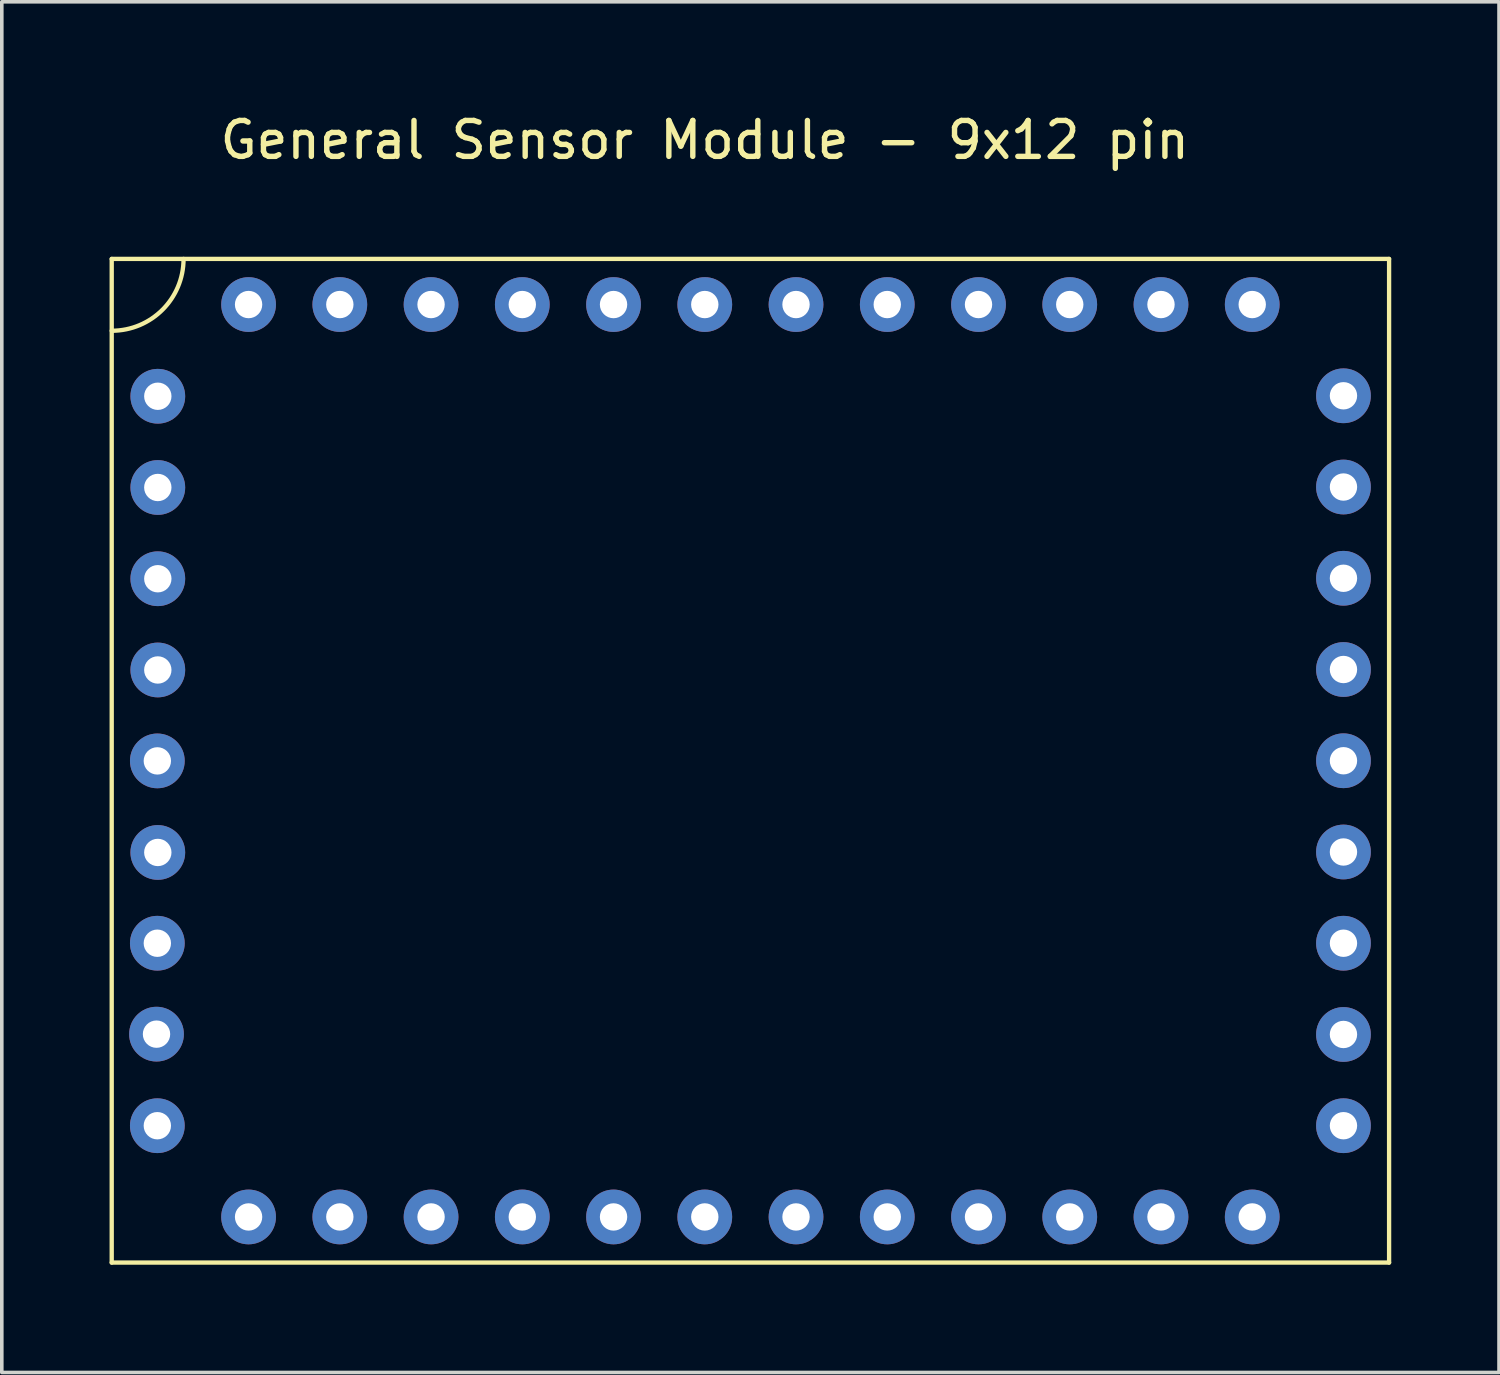
<source format=kicad_pcb>
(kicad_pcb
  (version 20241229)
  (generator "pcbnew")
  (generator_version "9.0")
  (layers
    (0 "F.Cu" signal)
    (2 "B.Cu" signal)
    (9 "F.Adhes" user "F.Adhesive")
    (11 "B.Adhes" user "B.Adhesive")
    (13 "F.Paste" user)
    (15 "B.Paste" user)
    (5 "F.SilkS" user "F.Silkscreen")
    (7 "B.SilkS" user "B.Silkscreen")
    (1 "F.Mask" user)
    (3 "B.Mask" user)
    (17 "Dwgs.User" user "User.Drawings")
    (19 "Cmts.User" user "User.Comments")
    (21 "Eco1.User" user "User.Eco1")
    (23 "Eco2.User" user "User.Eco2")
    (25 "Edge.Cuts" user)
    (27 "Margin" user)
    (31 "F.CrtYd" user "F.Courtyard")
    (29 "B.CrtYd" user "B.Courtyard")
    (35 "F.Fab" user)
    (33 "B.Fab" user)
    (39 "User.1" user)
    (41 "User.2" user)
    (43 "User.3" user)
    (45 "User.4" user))
  (footprint "General Sensor Module - 9x12 pin"
    (layer "F.Cu")
    (at 16.57 18.128)
    (property "Reference" "General Sensor Module - 9x12 pin" (at 0 -17.28 0) (layer "F.SilkS") (effects (font (size 1 1) (thickness 0.15))))
    (attr through_hole)
    (fp_line (start -16.51 -13.97) (end -16.51 13.97) (stroke (width 0.12) (type solid)) (layer "F.SilkS"))
    (fp_line (start -16.51 13.97) (end 19.05 13.97) (stroke (width 0.12) (type solid)) (layer "F.SilkS"))
    (fp_line (start 19.05 -13.97) (end -16.51 -13.97) (stroke (width 0.12) (type solid)) (layer "F.SilkS"))
    (fp_line (start 19.05 -13.97) (end 19.05 13.97) (stroke (width 0.12) (type solid)) (layer "F.SilkS"))
    (fp_arc (start -14.51 -13.97) (mid -15.095786 -12.555787) (end -16.51 -11.97) (stroke (width 0.12) (type solid)) (layer "F.SilkS"))
    (pad "1" thru_hole circle (at -12.7 12.7) (size 1.524 1.524) (drill 0.762) (layers "*.Cu" "*.Mask"))
    (pad "2" thru_hole circle (at -10.16 12.7) (size 1.524 1.524) (drill 0.762) (layers "*.Cu" "*.Mask"))
    (pad "3" thru_hole circle (at -7.62 12.7) (size 1.524 1.524) (drill 0.762) (layers "*.Cu" "*.Mask"))
    (pad "4" thru_hole circle (at -5.08 12.7) (size 1.524 1.524) (drill 0.762) (layers "*.Cu" "*.Mask"))
    (pad "5" thru_hole circle (at -2.54 12.7) (size 1.524 1.524) (drill 0.762) (layers "*.Cu" "*.Mask"))
    (pad "6" thru_hole circle (at 0 12.7) (size 1.524 1.524) (drill 0.762) (layers "*.Cu" "*.Mask"))
    (pad "7" thru_hole circle (at 2.54 12.7) (size 1.524 1.524) (drill 0.762) (layers "*.Cu" "*.Mask"))
    (pad "8" thru_hole circle (at 5.08 12.7) (size 1.524 1.524) (drill 0.762) (layers "*.Cu" "*.Mask"))
    (pad "9" thru_hole circle (at 7.62 12.7) (size 1.524 1.524) (drill 0.762) (layers "*.Cu" "*.Mask"))
    (pad "10" thru_hole circle (at 10.16 12.7) (size 1.524 1.524) (drill 0.762) (layers "*.Cu" "*.Mask"))
    (pad "11" thru_hole circle (at 12.7 12.7) (size 1.524 1.524) (drill 0.762) (layers "*.Cu" "*.Mask"))
    (pad "12" thru_hole circle (at 15.24 12.7) (size 1.524 1.524) (drill 0.762) (layers "*.Cu" "*.Mask"))
    (pad "13" thru_hole circle (at 17.78 10.16) (size 1.524 1.524) (drill 0.762) (layers "*.Cu" "*.Mask"))
    (pad "14" thru_hole circle (at 17.78 7.62) (size 1.524 1.524) (drill 0.762) (layers "*.Cu" "*.Mask"))
    (pad "15" thru_hole circle (at 17.78 5.08) (size 1.524 1.524) (drill 0.762) (layers "*.Cu" "*.Mask"))
    (pad "16" thru_hole circle (at 17.78 2.54) (size 1.524 1.524) (drill 0.762) (layers "*.Cu" "*.Mask"))
    (pad "17" thru_hole circle (at 17.78 0) (size 1.524 1.524) (drill 0.762) (layers "*.Cu" "*.Mask"))
    (pad "18" thru_hole circle (at 17.78 -2.54) (size 1.524 1.524) (drill 0.762) (layers "*.Cu" "*.Mask"))
    (pad "19" thru_hole circle (at 17.78 -5.08) (size 1.524 1.524) (drill 0.762) (layers "*.Cu" "*.Mask"))
    (pad "20" thru_hole circle (at 17.78 -7.62) (size 1.524 1.524) (drill 0.762) (layers "*.Cu" "*.Mask"))
    (pad "21" thru_hole circle (at 17.78 -10.16) (size 1.524 1.524) (drill 0.762) (layers "*.Cu" "*.Mask"))
    (pad "22" thru_hole circle (at 15.24 -12.7) (size 1.524 1.524) (drill 0.762) (layers "*.Cu" "*.Mask"))
    (pad "23" thru_hole circle (at 12.7 -12.7) (size 1.524 1.524) (drill 0.762) (layers "*.Cu" "*.Mask"))
    (pad "24" thru_hole circle (at 10.16 -12.7) (size 1.524 1.524) (drill 0.762) (layers "*.Cu" "*.Mask"))
    (pad "25" thru_hole circle (at 7.62 -12.7) (size 1.524 1.524) (drill 0.762) (layers "*.Cu" "*.Mask"))
    (pad "26" thru_hole circle (at 5.08 -12.7) (size 1.524 1.524) (drill 0.762) (layers "*.Cu" "*.Mask"))
    (pad "27" thru_hole circle (at 2.54 -12.7) (size 1.524 1.524) (drill 0.762) (layers "*.Cu" "*.Mask"))
    (pad "28" thru_hole circle (at 0 -12.7) (size 1.524 1.524) (drill 0.762) (layers "*.Cu" "*.Mask"))
    (pad "29" thru_hole circle (at -2.54 -12.7) (size 1.524 1.524) (drill 0.762) (layers "*.Cu" "*.Mask"))
    (pad "30" thru_hole circle (at -5.08 -12.7) (size 1.524 1.524) (drill 0.762) (layers "*.Cu" "*.Mask"))
    (pad "31" thru_hole circle (at -7.62 -12.7) (size 1.524 1.524) (drill 0.762) (layers "*.Cu" "*.Mask"))
    (pad "32" thru_hole circle (at -10.16 -12.7) (size 1.524 1.524) (drill 0.762) (layers "*.Cu" "*.Mask"))
    (pad "33" thru_hole circle (at -12.7 -12.7) (size 1.524 1.524) (drill 0.762) (layers "*.Cu" "*.Mask"))
    (pad "34" thru_hole circle (at -15.227 -10.147) (size 1.524 1.524) (drill 0.762) (layers "*.Cu" "*.Mask"))
    (pad "35" thru_hole circle (at -15.227 -7.607) (size 1.524 1.524) (drill 0.762) (layers "*.Cu" "*.Mask"))
    (pad "36" thru_hole circle (at -15.227 -5.067) (size 1.524 1.524) (drill 0.762) (layers "*.Cu" "*.Mask"))
    (pad "37" thru_hole circle (at -15.227 -2.527) (size 1.524 1.524) (drill 0.762) (layers "*.Cu" "*.Mask"))
    (pad "38" thru_hole circle (at -15.24 0.004) (size 1.524 1.524) (drill 0.762) (layers "*.Cu" "*.Mask"))
    (pad "39" thru_hole circle (at -15.227 2.553) (size 1.524 1.524) (drill 0.762) (layers "*.Cu" "*.Mask"))
    (pad "40" thru_hole circle (at -15.24 5.08) (size 1.524 1.524) (drill 0.762) (layers "*.Cu" "*.Mask"))
    (pad "41" thru_hole circle (at -15.263 7.611) (size 1.524 1.524) (drill 0.762) (layers "*.Cu" "*.Mask"))
    (pad "42" thru_hole circle (at -15.24 10.16) (size 1.524 1.524) (drill 0.762) (layers "*.Cu" "*.Mask")))
  (gr_rect
    (start -3 -3)
    (end 38.68 35.158)
    (stroke (width 0.1) (type default))
    (fill no)
    (layer "Edge.Cuts")))
</source>
